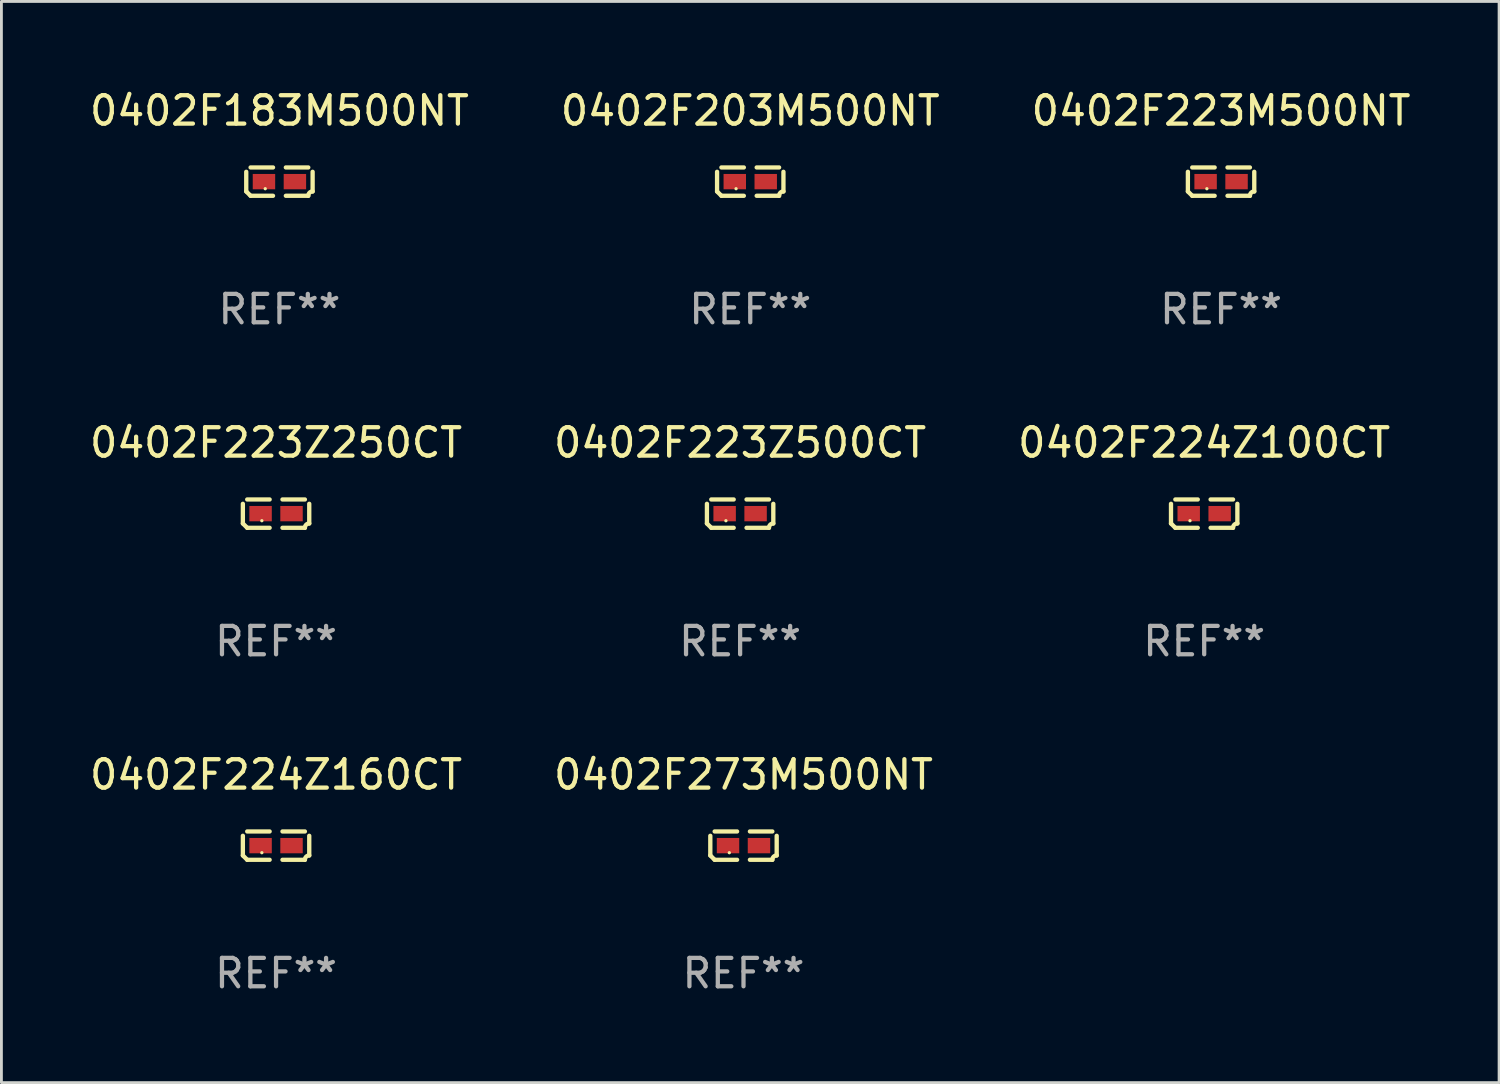
<source format=kicad_pcb>
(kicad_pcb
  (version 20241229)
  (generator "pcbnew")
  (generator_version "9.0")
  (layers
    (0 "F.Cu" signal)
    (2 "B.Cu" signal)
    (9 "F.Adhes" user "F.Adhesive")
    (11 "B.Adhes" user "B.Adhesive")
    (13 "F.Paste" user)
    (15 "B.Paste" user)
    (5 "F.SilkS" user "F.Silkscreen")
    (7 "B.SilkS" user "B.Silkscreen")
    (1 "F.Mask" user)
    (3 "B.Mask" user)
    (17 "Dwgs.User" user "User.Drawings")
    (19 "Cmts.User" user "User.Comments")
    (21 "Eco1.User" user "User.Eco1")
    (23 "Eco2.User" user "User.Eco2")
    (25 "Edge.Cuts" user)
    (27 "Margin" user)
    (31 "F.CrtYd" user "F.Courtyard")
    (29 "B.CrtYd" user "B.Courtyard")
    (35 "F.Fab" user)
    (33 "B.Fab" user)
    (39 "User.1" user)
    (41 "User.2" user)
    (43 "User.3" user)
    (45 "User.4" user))
  (footprint "0402F223Z250CT"
    (layer "F.Cu")
    (at 6.673 15.041)
    (property "Reference" "0402F223Z250CT" (at 0 -2.499 0) (layer "F.SilkS") (effects (font (size 1 1) (thickness 0.15))))
    (attr through_hole)
    (fp_line (start -1.169 0.346) (end -1.169 -0.346) (stroke (width 0.152) (type solid)) (layer "F.SilkS"))
    (fp_line (start -1.016 -0.499) (end -0.226 -0.499) (stroke (width 0.152) (type solid)) (layer "F.SilkS"))
    (fp_line (start -0.226 0.499) (end -1.016 0.499) (stroke (width 0.152) (type solid)) (layer "F.SilkS"))
    (fp_line (start 0.226 0.499) (end 1.016 0.499) (stroke (width 0.152) (type solid)) (layer "F.SilkS"))
    (fp_line (start 1.016 -0.499) (end 0.226 -0.499) (stroke (width 0.152) (type solid)) (layer "F.SilkS"))
    (fp_line (start 1.169 0.346) (end 1.169 -0.346) (stroke (width 0.152) (type solid)) (layer "F.SilkS"))
    (fp_arc (start -1.016307 0.498603) (mid -1.092512 0.422405) (end -1.16871 0.3462) (stroke (width 0.1524) (type solid)) (layer "F.SilkS"))
    (fp_arc (start 1.016307 0.498603) (mid 1.060899 0.390758) (end 1.168707 0.346076) (stroke (width 0.1524) (type solid)) (layer "F.SilkS"))
    (fp_circle (center -0.5 0.25) (end -0.47 0.25) (stroke (width 0.06) (type solid)) (fill no) (layer "F.SilkS"))
    (fp_text user "REF**" (at 0 4.499 0) (layer "F.Fab") (effects (font (size 1 1) (thickness 0.15))))
    (pad "1" smd rect (at -0.545 0) (size 0.79 0.54) (layers "F.Cu" "F.Mask" "F.Paste"))
    (pad "2" smd rect (at 0.545 0) (size 0.79 0.54) (layers "F.Cu" "F.Mask" "F.Paste")))
  (footprint "0402F203M500NT"
    (layer "F.Cu")
    (at 23.375 3.347)
    (property "Reference" "0402F203M500NT" (at 0 -2.499 0) (layer "F.SilkS") (effects (font (size 1 1) (thickness 0.15))))
    (attr through_hole)
    (fp_line (start -1.169 0.346) (end -1.169 -0.346) (stroke (width 0.152) (type solid)) (layer "F.SilkS"))
    (fp_line (start -1.016 -0.499) (end -0.226 -0.499) (stroke (width 0.152) (type solid)) (layer "F.SilkS"))
    (fp_line (start -0.226 0.499) (end -1.016 0.499) (stroke (width 0.152) (type solid)) (layer "F.SilkS"))
    (fp_line (start 0.226 0.499) (end 1.016 0.499) (stroke (width 0.152) (type solid)) (layer "F.SilkS"))
    (fp_line (start 1.016 -0.499) (end 0.226 -0.499) (stroke (width 0.152) (type solid)) (layer "F.SilkS"))
    (fp_line (start 1.169 0.346) (end 1.169 -0.346) (stroke (width 0.152) (type solid)) (layer "F.SilkS"))
    (fp_arc (start -1.016307 0.498603) (mid -1.092512 0.422405) (end -1.16871 0.3462) (stroke (width 0.1524) (type solid)) (layer "F.SilkS"))
    (fp_arc (start 1.016307 0.498603) (mid 1.060899 0.390758) (end 1.168707 0.346076) (stroke (width 0.1524) (type solid)) (layer "F.SilkS"))
    (fp_circle (center -0.5 0.25) (end -0.47 0.25) (stroke (width 0.06) (type solid)) (fill no) (layer "F.SilkS"))
    (fp_text user "REF**" (at 0 4.499 0) (layer "F.Fab") (effects (font (size 1 1) (thickness 0.15))))
    (pad "1" smd rect (at -0.545 0) (size 0.79 0.54) (layers "F.Cu" "F.Mask" "F.Paste"))
    (pad "2" smd rect (at 0.545 0) (size 0.79 0.54) (layers "F.Cu" "F.Mask" "F.Paste")))
  (footprint "0402F224Z100CT"
    (layer "F.Cu")
    (at 39.363 15.041)
    (property "Reference" "0402F224Z100CT" (at 0 -2.499 0) (layer "F.SilkS") (effects (font (size 1 1) (thickness 0.15))))
    (attr through_hole)
    (fp_line (start -1.169 0.346) (end -1.169 -0.346) (stroke (width 0.152) (type solid)) (layer "F.SilkS"))
    (fp_line (start -1.016 -0.499) (end -0.226 -0.499) (stroke (width 0.152) (type solid)) (layer "F.SilkS"))
    (fp_line (start -0.226 0.499) (end -1.016 0.499) (stroke (width 0.152) (type solid)) (layer "F.SilkS"))
    (fp_line (start 0.226 0.499) (end 1.016 0.499) (stroke (width 0.152) (type solid)) (layer "F.SilkS"))
    (fp_line (start 1.016 -0.499) (end 0.226 -0.499) (stroke (width 0.152) (type solid)) (layer "F.SilkS"))
    (fp_line (start 1.169 0.346) (end 1.169 -0.346) (stroke (width 0.152) (type solid)) (layer "F.SilkS"))
    (fp_arc (start -1.016307 0.498603) (mid -1.092512 0.422405) (end -1.16871 0.3462) (stroke (width 0.1524) (type solid)) (layer "F.SilkS"))
    (fp_arc (start 1.016307 0.498603) (mid 1.060899 0.390758) (end 1.168707 0.346076) (stroke (width 0.1524) (type solid)) (layer "F.SilkS"))
    (fp_circle (center -0.5 0.25) (end -0.47 0.25) (stroke (width 0.06) (type solid)) (fill no) (layer "F.SilkS"))
    (fp_text user "REF**" (at 0 4.499 0) (layer "F.Fab") (effects (font (size 1 1) (thickness 0.15))))
    (pad "1" smd rect (at -0.545 0) (size 0.79 0.54) (layers "F.Cu" "F.Mask" "F.Paste"))
    (pad "2" smd rect (at 0.545 0) (size 0.79 0.54) (layers "F.Cu" "F.Mask" "F.Paste")))
  (footprint "0402F223Z500CT"
    (layer "F.Cu")
    (at 23.018 15.041)
    (property "Reference" "0402F223Z500CT" (at 0 -2.499 0) (layer "F.SilkS") (effects (font (size 1 1) (thickness 0.15))))
    (attr through_hole)
    (fp_line (start -1.169 0.346) (end -1.169 -0.346) (stroke (width 0.152) (type solid)) (layer "F.SilkS"))
    (fp_line (start -1.016 -0.499) (end -0.226 -0.499) (stroke (width 0.152) (type solid)) (layer "F.SilkS"))
    (fp_line (start -0.226 0.499) (end -1.016 0.499) (stroke (width 0.152) (type solid)) (layer "F.SilkS"))
    (fp_line (start 0.226 0.499) (end 1.016 0.499) (stroke (width 0.152) (type solid)) (layer "F.SilkS"))
    (fp_line (start 1.016 -0.499) (end 0.226 -0.499) (stroke (width 0.152) (type solid)) (layer "F.SilkS"))
    (fp_line (start 1.169 0.346) (end 1.169 -0.346) (stroke (width 0.152) (type solid)) (layer "F.SilkS"))
    (fp_arc (start -1.016307 0.498603) (mid -1.092512 0.422405) (end -1.16871 0.3462) (stroke (width 0.1524) (type solid)) (layer "F.SilkS"))
    (fp_arc (start 1.016307 0.498603) (mid 1.060899 0.390758) (end 1.168707 0.346076) (stroke (width 0.1524) (type solid)) (layer "F.SilkS"))
    (fp_circle (center -0.5 0.25) (end -0.47 0.25) (stroke (width 0.06) (type solid)) (fill no) (layer "F.SilkS"))
    (fp_text user "REF**" (at 0 4.499 0) (layer "F.Fab") (effects (font (size 1 1) (thickness 0.15))))
    (pad "1" smd rect (at -0.545 0) (size 0.79 0.54) (layers "F.Cu" "F.Mask" "F.Paste"))
    (pad "2" smd rect (at 0.545 0) (size 0.79 0.54) (layers "F.Cu" "F.Mask" "F.Paste")))
  (footprint "0402F224Z160CT"
    (layer "F.Cu")
    (at 6.673 26.734)
    (property "Reference" "0402F224Z160CT" (at 0 -2.499 0) (layer "F.SilkS") (effects (font (size 1 1) (thickness 0.15))))
    (attr through_hole)
    (fp_line (start -1.169 0.346) (end -1.169 -0.346) (stroke (width 0.152) (type solid)) (layer "F.SilkS"))
    (fp_line (start -1.016 -0.499) (end -0.226 -0.499) (stroke (width 0.152) (type solid)) (layer "F.SilkS"))
    (fp_line (start -0.226 0.499) (end -1.016 0.499) (stroke (width 0.152) (type solid)) (layer "F.SilkS"))
    (fp_line (start 0.226 0.499) (end 1.016 0.499) (stroke (width 0.152) (type solid)) (layer "F.SilkS"))
    (fp_line (start 1.016 -0.499) (end 0.226 -0.499) (stroke (width 0.152) (type solid)) (layer "F.SilkS"))
    (fp_line (start 1.169 0.346) (end 1.169 -0.346) (stroke (width 0.152) (type solid)) (layer "F.SilkS"))
    (fp_arc (start -1.016307 0.498603) (mid -1.092512 0.422405) (end -1.16871 0.3462) (stroke (width 0.1524) (type solid)) (layer "F.SilkS"))
    (fp_arc (start 1.016307 0.498603) (mid 1.060899 0.390758) (end 1.168707 0.346076) (stroke (width 0.1524) (type solid)) (layer "F.SilkS"))
    (fp_circle (center -0.5 0.25) (end -0.47 0.25) (stroke (width 0.06) (type solid)) (fill no) (layer "F.SilkS"))
    (fp_text user "REF**" (at 0 4.499 0) (layer "F.Fab") (effects (font (size 1 1) (thickness 0.15))))
    (pad "1" smd rect (at -0.545 0) (size 0.79 0.54) (layers "F.Cu" "F.Mask" "F.Paste"))
    (pad "2" smd rect (at 0.545 0) (size 0.79 0.54) (layers "F.Cu" "F.Mask" "F.Paste")))
  (footprint "0402F223M500NT"
    (layer "F.Cu")
    (at 39.958 3.347)
    (property "Reference" "0402F223M500NT" (at 0 -2.499 0) (layer "F.SilkS") (effects (font (size 1 1) (thickness 0.15))))
    (attr through_hole)
    (fp_line (start -1.169 0.346) (end -1.169 -0.346) (stroke (width 0.152) (type solid)) (layer "F.SilkS"))
    (fp_line (start -1.016 -0.499) (end -0.226 -0.499) (stroke (width 0.152) (type solid)) (layer "F.SilkS"))
    (fp_line (start -0.226 0.499) (end -1.016 0.499) (stroke (width 0.152) (type solid)) (layer "F.SilkS"))
    (fp_line (start 0.226 0.499) (end 1.016 0.499) (stroke (width 0.152) (type solid)) (layer "F.SilkS"))
    (fp_line (start 1.016 -0.499) (end 0.226 -0.499) (stroke (width 0.152) (type solid)) (layer "F.SilkS"))
    (fp_line (start 1.169 0.346) (end 1.169 -0.346) (stroke (width 0.152) (type solid)) (layer "F.SilkS"))
    (fp_arc (start -1.016307 0.498603) (mid -1.092512 0.422405) (end -1.16871 0.3462) (stroke (width 0.1524) (type solid)) (layer "F.SilkS"))
    (fp_arc (start 1.016307 0.498603) (mid 1.060899 0.390758) (end 1.168707 0.346076) (stroke (width 0.1524) (type solid)) (layer "F.SilkS"))
    (fp_circle (center -0.5 0.25) (end -0.47 0.25) (stroke (width 0.06) (type solid)) (fill no) (layer "F.SilkS"))
    (fp_text user "REF**" (at 0 4.499 0) (layer "F.Fab") (effects (font (size 1 1) (thickness 0.15))))
    (pad "1" smd rect (at -0.545 0) (size 0.79 0.54) (layers "F.Cu" "F.Mask" "F.Paste"))
    (pad "2" smd rect (at 0.545 0) (size 0.79 0.54) (layers "F.Cu" "F.Mask" "F.Paste")))
  (footprint "0402F273M500NT"
    (layer "F.Cu")
    (at 23.137 26.734)
    (property "Reference" "0402F273M500NT" (at 0 -2.499 0) (layer "F.SilkS") (effects (font (size 1 1) (thickness 0.15))))
    (attr through_hole)
    (fp_line (start -1.169 0.346) (end -1.169 -0.346) (stroke (width 0.152) (type solid)) (layer "F.SilkS"))
    (fp_line (start -1.016 -0.499) (end -0.226 -0.499) (stroke (width 0.152) (type solid)) (layer "F.SilkS"))
    (fp_line (start -0.226 0.499) (end -1.016 0.499) (stroke (width 0.152) (type solid)) (layer "F.SilkS"))
    (fp_line (start 0.226 0.499) (end 1.016 0.499) (stroke (width 0.152) (type solid)) (layer "F.SilkS"))
    (fp_line (start 1.016 -0.499) (end 0.226 -0.499) (stroke (width 0.152) (type solid)) (layer "F.SilkS"))
    (fp_line (start 1.169 0.346) (end 1.169 -0.346) (stroke (width 0.152) (type solid)) (layer "F.SilkS"))
    (fp_arc (start -1.016307 0.498603) (mid -1.092512 0.422405) (end -1.16871 0.3462) (stroke (width 0.1524) (type solid)) (layer "F.SilkS"))
    (fp_arc (start 1.016307 0.498603) (mid 1.060899 0.390758) (end 1.168707 0.346076) (stroke (width 0.1524) (type solid)) (layer "F.SilkS"))
    (fp_circle (center -0.5 0.25) (end -0.47 0.25) (stroke (width 0.06) (type solid)) (fill no) (layer "F.SilkS"))
    (fp_text user "REF**" (at 0 4.499 0) (layer "F.Fab") (effects (font (size 1 1) (thickness 0.15))))
    (pad "1" smd rect (at -0.545 0) (size 0.79 0.54) (layers "F.Cu" "F.Mask" "F.Paste"))
    (pad "2" smd rect (at 0.545 0) (size 0.79 0.54) (layers "F.Cu" "F.Mask" "F.Paste")))
  (footprint "0402F183M500NT"
    (layer "F.Cu")
    (at 6.792 3.347)
    (property "Reference" "0402F183M500NT" (at 0 -2.499 0) (layer "F.SilkS") (effects (font (size 1 1) (thickness 0.15))))
    (attr through_hole)
    (fp_line (start -1.169 0.346) (end -1.169 -0.346) (stroke (width 0.152) (type solid)) (layer "F.SilkS"))
    (fp_line (start -1.016 -0.499) (end -0.226 -0.499) (stroke (width 0.152) (type solid)) (layer "F.SilkS"))
    (fp_line (start -0.226 0.499) (end -1.016 0.499) (stroke (width 0.152) (type solid)) (layer "F.SilkS"))
    (fp_line (start 0.226 0.499) (end 1.016 0.499) (stroke (width 0.152) (type solid)) (layer "F.SilkS"))
    (fp_line (start 1.016 -0.499) (end 0.226 -0.499) (stroke (width 0.152) (type solid)) (layer "F.SilkS"))
    (fp_line (start 1.169 0.346) (end 1.169 -0.346) (stroke (width 0.152) (type solid)) (layer "F.SilkS"))
    (fp_arc (start -1.016307 0.498603) (mid -1.092512 0.422405) (end -1.16871 0.3462) (stroke (width 0.1524) (type solid)) (layer "F.SilkS"))
    (fp_arc (start 1.016307 0.498603) (mid 1.060899 0.390758) (end 1.168707 0.346076) (stroke (width 0.1524) (type solid)) (layer "F.SilkS"))
    (fp_circle (center -0.5 0.25) (end -0.47 0.25) (stroke (width 0.06) (type solid)) (fill no) (layer "F.SilkS"))
    (fp_text user "REF**" (at 0 4.499 0) (layer "F.Fab") (effects (font (size 1 1) (thickness 0.15))))
    (pad "1" smd rect (at -0.545 0) (size 0.79 0.54) (layers "F.Cu" "F.Mask" "F.Paste"))
    (pad "2" smd rect (at 0.545 0) (size 0.79 0.54) (layers "F.Cu" "F.Mask" "F.Paste")))
  (gr_rect
    (start -3 -3)
    (end 49.75 35.081)
    (stroke (width 0.1) (type default))
    (fill no)
    (layer "Edge.Cuts")))
</source>
